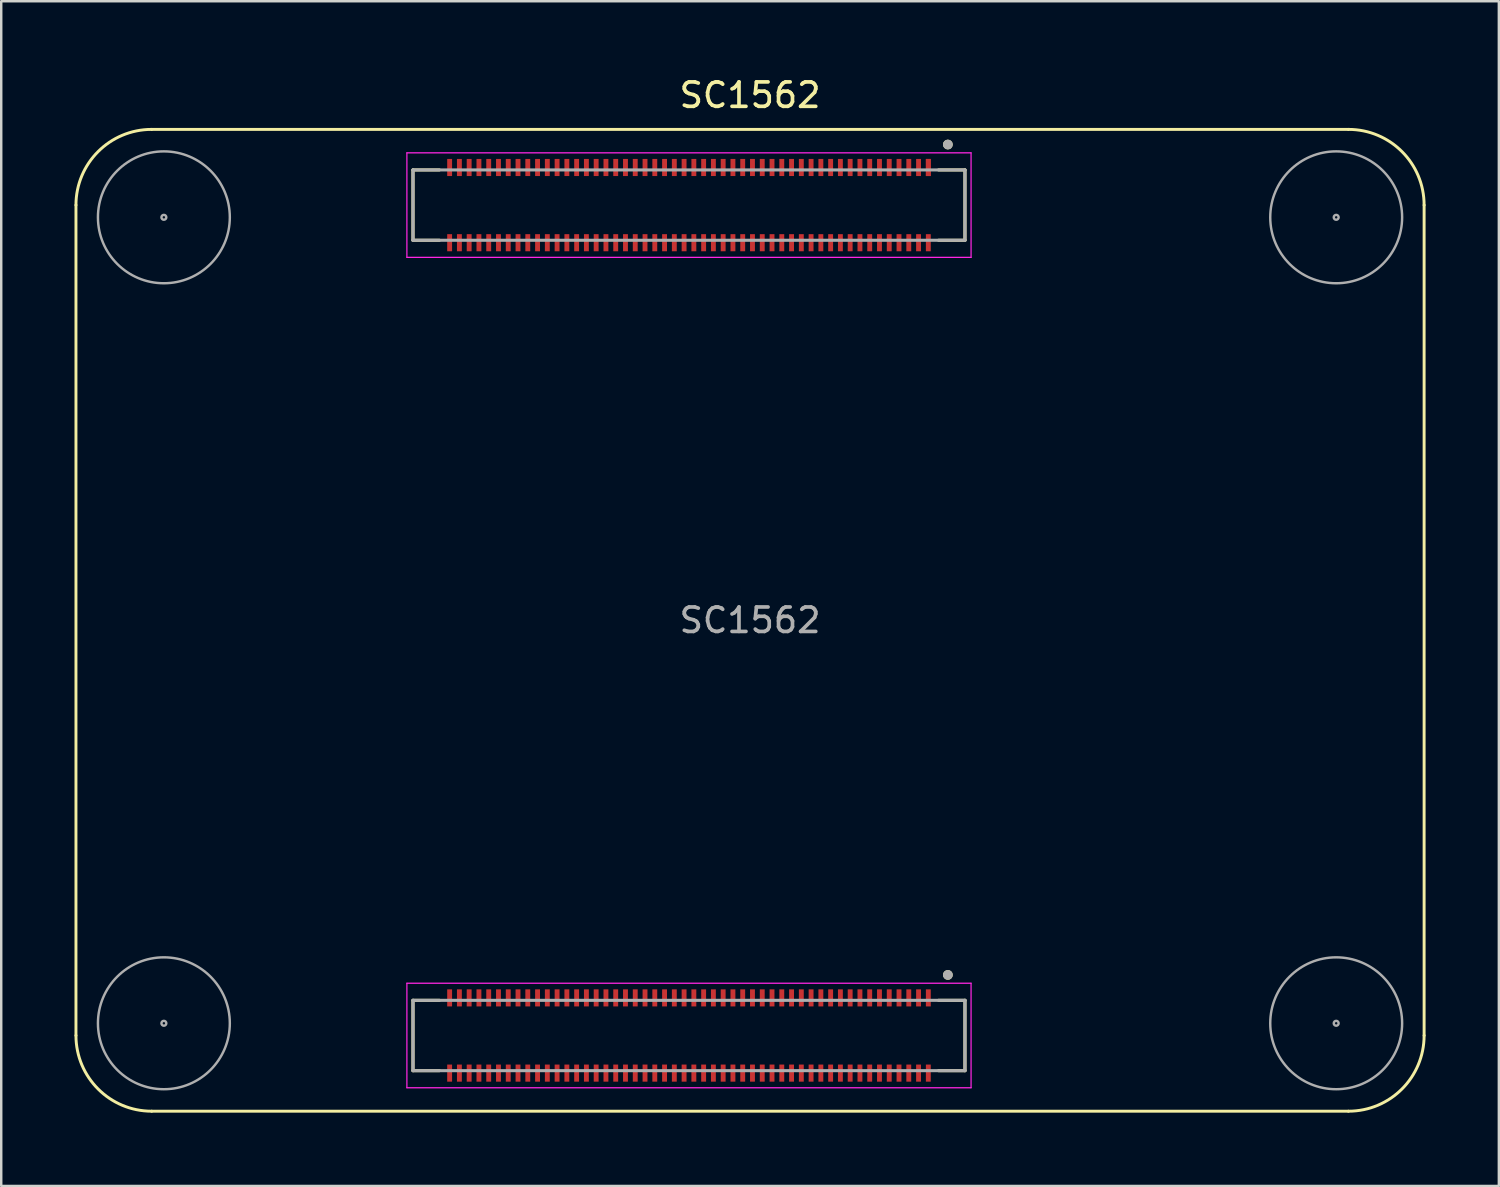
<source format=kicad_pcb>
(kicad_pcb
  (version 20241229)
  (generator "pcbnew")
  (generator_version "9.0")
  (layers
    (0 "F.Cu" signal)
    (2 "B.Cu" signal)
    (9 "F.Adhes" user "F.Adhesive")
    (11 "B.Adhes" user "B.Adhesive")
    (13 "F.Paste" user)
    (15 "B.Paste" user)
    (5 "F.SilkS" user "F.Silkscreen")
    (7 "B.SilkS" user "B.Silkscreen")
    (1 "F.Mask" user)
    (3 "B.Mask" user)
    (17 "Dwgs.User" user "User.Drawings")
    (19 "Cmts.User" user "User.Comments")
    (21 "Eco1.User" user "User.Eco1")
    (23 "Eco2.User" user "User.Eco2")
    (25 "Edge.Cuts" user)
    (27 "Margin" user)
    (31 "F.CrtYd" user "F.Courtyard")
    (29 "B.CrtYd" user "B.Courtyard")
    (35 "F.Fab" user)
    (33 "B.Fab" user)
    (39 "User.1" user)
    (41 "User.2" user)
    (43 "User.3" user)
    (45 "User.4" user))
  (footprint "SC1562"
    (layer "F.Cu")
    (at 27.66 22.348)
    (property "Reference" "SC1562" (at 0 -21.5 180) (layer "F.SilkS") (effects (font (size 1 1) (thickness 0.15))))
    (attr smd)
    (fp_line (start -27.6 17) (end -27.6 -17) (stroke (width 0.12) (type default)) (layer "F.SilkS"))
    (fp_line (start -24.5 -20.1) (end 24.5 -20.1) (stroke (width 0.12) (type default)) (layer "F.SilkS"))
    (fp_line (start -13.8 -18.44) (end -13.8 -15.56) (stroke (width 0.127) (type solid)) (layer "F.SilkS"))
    (fp_line (start -13.8 -15.56) (end -12.72 -15.56) (stroke (width 0.127) (type solid)) (layer "F.SilkS"))
    (fp_line (start -13.8 15.56) (end -13.8 18.44) (stroke (width 0.127) (type solid)) (layer "F.SilkS"))
    (fp_line (start -13.8 18.44) (end -12.72 18.44) (stroke (width 0.127) (type solid)) (layer "F.SilkS"))
    (fp_line (start -12.72 -18.44) (end -13.8 -18.44) (stroke (width 0.127) (type solid)) (layer "F.SilkS"))
    (fp_line (start -12.72 15.56) (end -13.8 15.56) (stroke (width 0.127) (type solid)) (layer "F.SilkS"))
    (fp_line (start 8.8 -18.44) (end 7.72 -18.44) (stroke (width 0.127) (type solid)) (layer "F.SilkS"))
    (fp_line (start 8.8 -18.44) (end 8.8 -15.56) (stroke (width 0.127) (type solid)) (layer "F.SilkS"))
    (fp_line (start 8.8 -15.56) (end 7.72 -15.56) (stroke (width 0.127) (type solid)) (layer "F.SilkS"))
    (fp_line (start 8.8 15.56) (end 7.72 15.56) (stroke (width 0.127) (type solid)) (layer "F.SilkS"))
    (fp_line (start 8.8 15.56) (end 8.8 18.44) (stroke (width 0.127) (type solid)) (layer "F.SilkS"))
    (fp_line (start 8.8 18.44) (end 7.72 18.44) (stroke (width 0.127) (type solid)) (layer "F.SilkS"))
    (fp_line (start 24.5 20.1) (end -24.5 20.1) (stroke (width 0.12) (type default)) (layer "F.SilkS"))
    (fp_line (start 27.6 -17) (end 27.6 17) (stroke (width 0.12) (type default)) (layer "F.SilkS"))
    (fp_arc (start -27.6 -17) (mid -26.692031 -19.192031) (end -24.5 -20.1) (stroke (width 0.12) (type default)) (layer "F.SilkS"))
    (fp_arc (start -24.5 20.1) (mid -26.692031 19.192031) (end -27.6 17) (stroke (width 0.12) (type default)) (layer "F.SilkS"))
    (fp_arc (start 24.5 -20.1) (mid 26.692031 -19.192031) (end 27.6 -17) (stroke (width 0.12) (type default)) (layer "F.SilkS"))
    (fp_arc (start 27.6 17) (mid 26.692031 19.192031) (end 24.5 20.1) (stroke (width 0.12) (type default)) (layer "F.SilkS"))
    (fp_circle (center 8.1 -19.48) (end 8.2 -19.48) (stroke (width 0.2) (type solid)) (fill no) (layer "F.SilkS"))
    (fp_circle (center 8.1 14.52) (end 8.2 14.52) (stroke (width 0.2) (type solid)) (fill no) (layer "F.SilkS"))
    (fp_line (start -14.05 -19.14) (end -14.05 -14.86) (stroke (width 0.05) (type solid)) (layer "F.CrtYd"))
    (fp_line (start -14.05 -14.86) (end 9.05 -14.86) (stroke (width 0.05) (type solid)) (layer "F.CrtYd"))
    (fp_line (start -14.05 14.86) (end -14.05 19.14) (stroke (width 0.05) (type solid)) (layer "F.CrtYd"))
    (fp_line (start -14.05 19.14) (end 9.05 19.14) (stroke (width 0.05) (type solid)) (layer "F.CrtYd"))
    (fp_line (start 9.05 -19.14) (end -14.05 -19.14) (stroke (width 0.05) (type solid)) (layer "F.CrtYd"))
    (fp_line (start 9.05 -14.86) (end 9.05 -19.14) (stroke (width 0.05) (type solid)) (layer "F.CrtYd"))
    (fp_line (start 9.05 14.86) (end -14.05 14.86) (stroke (width 0.05) (type solid)) (layer "F.CrtYd"))
    (fp_line (start 9.05 19.14) (end 9.05 14.86) (stroke (width 0.05) (type solid)) (layer "F.CrtYd"))
    (fp_line (start -13.8 -18.44) (end 8.8 -18.44) (stroke (width 0.127) (type solid)) (layer "F.Fab"))
    (fp_line (start -13.8 -15.56) (end -13.8 -18.44) (stroke (width 0.127) (type solid)) (layer "F.Fab"))
    (fp_line (start -13.8 15.56) (end 8.8 15.56) (stroke (width 0.127) (type solid)) (layer "F.Fab"))
    (fp_line (start -13.8 18.44) (end -13.8 15.56) (stroke (width 0.127) (type solid)) (layer "F.Fab"))
    (fp_line (start 8.8 -18.44) (end 8.8 -15.56) (stroke (width 0.127) (type solid)) (layer "F.Fab"))
    (fp_line (start 8.8 -15.56) (end -13.8 -15.56) (stroke (width 0.127) (type solid)) (layer "F.Fab"))
    (fp_line (start 8.8 15.56) (end 8.8 18.44) (stroke (width 0.127) (type solid)) (layer "F.Fab"))
    (fp_line (start 8.8 18.44) (end -13.8 18.44) (stroke (width 0.127) (type solid)) (layer "F.Fab"))
    (fp_circle (center -24 -16.5) (end -23.9 -16.5) (stroke (width 0.1) (type solid)) (fill no) (layer "F.Fab"))
    (fp_circle (center -24 -16.5) (end -21.3 -16.5) (stroke (width 0.1) (type solid)) (fill no) (layer "F.Fab"))
    (fp_circle (center -24 16.5) (end -23.9 16.5) (stroke (width 0.1) (type solid)) (fill no) (layer "F.Fab"))
    (fp_circle (center -24 16.5) (end -21.3 16.5) (stroke (width 0.1) (type solid)) (fill no) (layer "F.Fab"))
    (fp_circle (center 8.1 -19.48) (end 8.2 -19.48) (stroke (width 0.2) (type solid)) (fill no) (layer "F.Fab"))
    (fp_circle (center 8.1 14.52) (end 8.2 14.52) (stroke (width 0.2) (type solid)) (fill no) (layer "F.Fab"))
    (fp_circle (center 24 -16.5) (end 24.1 -16.5) (stroke (width 0.1) (type solid)) (fill no) (layer "F.Fab"))
    (fp_circle (center 24 -16.5) (end 26.7 -16.5) (stroke (width 0.1) (type solid)) (fill no) (layer "F.Fab"))
    (fp_circle (center 24 16.5) (end 24.1 16.5) (stroke (width 0.1) (type solid)) (fill no) (layer "F.Fab"))
    (fp_circle (center 24 16.5) (end 26.7 16.5) (stroke (width 0.1) (type solid)) (fill no) (layer "F.Fab"))
    (fp_text user "${REFERENCE}" (at 0 0 0) (layer "F.Fab") (effects (font (size 1 1) (thickness 0.15))))
    (pad "1" smd rect (at 7.3 -18.54 180) (size 0.2 0.7) (layers "F.Cu" "F.Mask" "F.Paste"))
    (pad "1" smd rect (at 7.3 -18.54) (size 0.2 0.7) (layers "F.Cu" "F.Mask" "F.Paste"))
    (pad "2" smd rect (at 7.3 -15.46 180) (size 0.2 0.7) (layers "F.Cu" "F.Mask" "F.Paste"))
    (pad "3" smd rect (at 6.9 -18.54 180) (size 0.2 0.7) (layers "F.Cu" "F.Mask" "F.Paste"))
    (pad "4" smd rect (at 6.9 -15.46 180) (size 0.2 0.7) (layers "F.Cu" "F.Mask" "F.Paste"))
    (pad "5" smd rect (at 6.5 -18.54 180) (size 0.2 0.7) (layers "F.Cu" "F.Mask" "F.Paste"))
    (pad "6" smd rect (at 6.5 -15.46 180) (size 0.2 0.7) (layers "F.Cu" "F.Mask" "F.Paste"))
    (pad "7" smd rect (at 6.1 -18.54 180) (size 0.2 0.7) (layers "F.Cu" "F.Mask" "F.Paste"))
    (pad "8" smd rect (at 6.1 -15.46 180) (size 0.2 0.7) (layers "F.Cu" "F.Mask" "F.Paste"))
    (pad "9" smd rect (at 5.7 -18.54 180) (size 0.2 0.7) (layers "F.Cu" "F.Mask" "F.Paste"))
    (pad "10" smd rect (at 5.7 -15.46 180) (size 0.2 0.7) (layers "F.Cu" "F.Mask" "F.Paste"))
    (pad "11" smd rect (at 5.3 -18.54 180) (size 0.2 0.7) (layers "F.Cu" "F.Mask" "F.Paste"))
    (pad "12" smd rect (at 5.3 -15.46 180) (size 0.2 0.7) (layers "F.Cu" "F.Mask" "F.Paste"))
    (pad "13" smd rect (at 4.9 -18.54 180) (size 0.2 0.7) (layers "F.Cu" "F.Mask" "F.Paste"))
    (pad "14" smd rect (at 4.9 -15.46 180) (size 0.2 0.7) (layers "F.Cu" "F.Mask" "F.Paste"))
    (pad "15" smd rect (at 4.5 -18.54 180) (size 0.2 0.7) (layers "F.Cu" "F.Mask" "F.Paste"))
    (pad "16" smd rect (at 4.5 -15.46 180) (size 0.2 0.7) (layers "F.Cu" "F.Mask" "F.Paste"))
    (pad "17" smd rect (at 4.1 -18.54 180) (size 0.2 0.7) (layers "F.Cu" "F.Mask" "F.Paste"))
    (pad "18" smd rect (at 4.1 -15.46 180) (size 0.2 0.7) (layers "F.Cu" "F.Mask" "F.Paste"))
    (pad "19" smd rect (at 3.7 -18.54 180) (size 0.2 0.7) (layers "F.Cu" "F.Mask" "F.Paste"))
    (pad "20" smd rect (at 3.7 -15.46 180) (size 0.2 0.7) (layers "F.Cu" "F.Mask" "F.Paste"))
    (pad "21" smd rect (at 3.3 -18.54 180) (size 0.2 0.7) (layers "F.Cu" "F.Mask" "F.Paste"))
    (pad "22" smd rect (at 3.3 -15.46 180) (size 0.2 0.7) (layers "F.Cu" "F.Mask" "F.Paste"))
    (pad "23" smd rect (at 2.9 -18.54 180) (size 0.2 0.7) (layers "F.Cu" "F.Mask" "F.Paste"))
    (pad "24" smd rect (at 2.9 -15.46 180) (size 0.2 0.7) (layers "F.Cu" "F.Mask" "F.Paste"))
    (pad "25" smd rect (at 2.5 -18.54 180) (size 0.2 0.7) (layers "F.Cu" "F.Mask" "F.Paste"))
    (pad "26" smd rect (at 2.5 -15.46 180) (size 0.2 0.7) (layers "F.Cu" "F.Mask" "F.Paste"))
    (pad "27" smd rect (at 2.1 -18.54 180) (size 0.2 0.7) (layers "F.Cu" "F.Mask" "F.Paste"))
    (pad "28" smd rect (at 2.1 -15.46 180) (size 0.2 0.7) (layers "F.Cu" "F.Mask" "F.Paste"))
    (pad "29" smd rect (at 1.7 -18.54 180) (size 0.2 0.7) (layers "F.Cu" "F.Mask" "F.Paste"))
    (pad "30" smd rect (at 1.7 -15.46 180) (size 0.2 0.7) (layers "F.Cu" "F.Mask" "F.Paste"))
    (pad "31" smd rect (at 1.3 -18.54 180) (size 0.2 0.7) (layers "F.Cu" "F.Mask" "F.Paste"))
    (pad "32" smd rect (at 1.3 -15.46 180) (size 0.2 0.7) (layers "F.Cu" "F.Mask" "F.Paste"))
    (pad "33" smd rect (at 0.9 -18.54 180) (size 0.2 0.7) (layers "F.Cu" "F.Mask" "F.Paste"))
    (pad "34" smd rect (at 0.9 -15.46 180) (size 0.2 0.7) (layers "F.Cu" "F.Mask" "F.Paste"))
    (pad "35" smd rect (at 0.5 -18.54 180) (size 0.2 0.7) (layers "F.Cu" "F.Mask" "F.Paste"))
    (pad "36" smd rect (at 0.5 -15.46 180) (size 0.2 0.7) (layers "F.Cu" "F.Mask" "F.Paste"))
    (pad "37" smd rect (at 0.1 -18.54 180) (size 0.2 0.7) (layers "F.Cu" "F.Mask" "F.Paste"))
    (pad "38" smd rect (at 0.1 -15.46 180) (size 0.2 0.7) (layers "F.Cu" "F.Mask" "F.Paste"))
    (pad "39" smd rect (at -0.3 -18.54 180) (size 0.2 0.7) (layers "F.Cu" "F.Mask" "F.Paste"))
    (pad "40" smd rect (at -0.3 -15.46 180) (size 0.2 0.7) (layers "F.Cu" "F.Mask" "F.Paste"))
    (pad "41" smd rect (at -0.7 -18.54 180) (size 0.2 0.7) (layers "F.Cu" "F.Mask" "F.Paste"))
    (pad "42" smd rect (at -0.7 -15.46 180) (size 0.2 0.7) (layers "F.Cu" "F.Mask" "F.Paste"))
    (pad "43" smd rect (at -1.1 -18.54 180) (size 0.2 0.7) (layers "F.Cu" "F.Mask" "F.Paste"))
    (pad "44" smd rect (at -1.1 -15.46 180) (size 0.2 0.7) (layers "F.Cu" "F.Mask" "F.Paste"))
    (pad "45" smd rect (at -1.5 -18.54 180) (size 0.2 0.7) (layers "F.Cu" "F.Mask" "F.Paste"))
    (pad "46" smd rect (at -1.5 -15.46 180) (size 0.2 0.7) (layers "F.Cu" "F.Mask" "F.Paste"))
    (pad "47" smd rect (at -1.9 -18.54 180) (size 0.2 0.7) (layers "F.Cu" "F.Mask" "F.Paste"))
    (pad "48" smd rect (at -1.9 -15.46 180) (size 0.2 0.7) (layers "F.Cu" "F.Mask" "F.Paste"))
    (pad "49" smd rect (at -2.3 -18.54 180) (size 0.2 0.7) (layers "F.Cu" "F.Mask" "F.Paste"))
    (pad "50" smd rect (at -2.3 -15.46 180) (size 0.2 0.7) (layers "F.Cu" "F.Mask" "F.Paste"))
    (pad "51" smd rect (at -2.7 -18.54 180) (size 0.2 0.7) (layers "F.Cu" "F.Mask" "F.Paste"))
    (pad "52" smd rect (at -2.7 -15.46 180) (size 0.2 0.7) (layers "F.Cu" "F.Mask" "F.Paste"))
    (pad "53" smd rect (at -3.1 -18.54 180) (size 0.2 0.7) (layers "F.Cu" "F.Mask" "F.Paste"))
    (pad "54" smd rect (at -3.1 -15.46 180) (size 0.2 0.7) (layers "F.Cu" "F.Mask" "F.Paste"))
    (pad "55" smd rect (at -3.5 -18.54 180) (size 0.2 0.7) (layers "F.Cu" "F.Mask" "F.Paste"))
    (pad "56" smd rect (at -3.5 -15.46 180) (size 0.2 0.7) (layers "F.Cu" "F.Mask" "F.Paste"))
    (pad "57" smd rect (at -3.9 -18.54 180) (size 0.2 0.7) (layers "F.Cu" "F.Mask" "F.Paste"))
    (pad "58" smd rect (at -3.9 -15.46 180) (size 0.2 0.7) (layers "F.Cu" "F.Mask" "F.Paste"))
    (pad "59" smd rect (at -4.3 -18.54 180) (size 0.2 0.7) (layers "F.Cu" "F.Mask" "F.Paste"))
    (pad "60" smd rect (at -4.3 -15.46 180) (size 0.2 0.7) (layers "F.Cu" "F.Mask" "F.Paste"))
    (pad "61" smd rect (at -4.7 -18.54 180) (size 0.2 0.7) (layers "F.Cu" "F.Mask" "F.Paste"))
    (pad "62" smd rect (at -4.7 -15.46 180) (size 0.2 0.7) (layers "F.Cu" "F.Mask" "F.Paste"))
    (pad "63" smd rect (at -5.1 -18.54 180) (size 0.2 0.7) (layers "F.Cu" "F.Mask" "F.Paste"))
    (pad "64" smd rect (at -5.1 -15.46 180) (size 0.2 0.7) (layers "F.Cu" "F.Mask" "F.Paste"))
    (pad "65" smd rect (at -5.5 -18.54 180) (size 0.2 0.7) (layers "F.Cu" "F.Mask" "F.Paste"))
    (pad "66" smd rect (at -5.5 -15.46 180) (size 0.2 0.7) (layers "F.Cu" "F.Mask" "F.Paste"))
    (pad "67" smd rect (at -5.9 -18.54 180) (size 0.2 0.7) (layers "F.Cu" "F.Mask" "F.Paste"))
    (pad "68" smd rect (at -5.9 -15.46 180) (size 0.2 0.7) (layers "F.Cu" "F.Mask" "F.Paste"))
    (pad "69" smd rect (at -6.3 -18.54 180) (size 0.2 0.7) (layers "F.Cu" "F.Mask" "F.Paste"))
    (pad "70" smd rect (at -6.3 -15.46 180) (size 0.2 0.7) (layers "F.Cu" "F.Mask" "F.Paste"))
    (pad "71" smd rect (at -6.7 -18.54 180) (size 0.2 0.7) (layers "F.Cu" "F.Mask" "F.Paste"))
    (pad "72" smd rect (at -6.7 -15.46 180) (size 0.2 0.7) (layers "F.Cu" "F.Mask" "F.Paste"))
    (pad "73" smd rect (at -7.1 -18.54 180) (size 0.2 0.7) (layers "F.Cu" "F.Mask" "F.Paste"))
    (pad "74" smd rect (at -7.1 -15.46 180) (size 0.2 0.7) (layers "F.Cu" "F.Mask" "F.Paste"))
    (pad "75" smd rect (at -7.5 -18.54 180) (size 0.2 0.7) (layers "F.Cu" "F.Mask" "F.Paste"))
    (pad "76" smd rect (at -7.5 -15.46 180) (size 0.2 0.7) (layers "F.Cu" "F.Mask" "F.Paste"))
    (pad "77" smd rect (at -7.9 -18.54 180) (size 0.2 0.7) (layers "F.Cu" "F.Mask" "F.Paste"))
    (pad "78" smd rect (at -7.9 -15.46 180) (size 0.2 0.7) (layers "F.Cu" "F.Mask" "F.Paste"))
    (pad "79" smd rect (at -8.3 -18.54 180) (size 0.2 0.7) (layers "F.Cu" "F.Mask" "F.Paste"))
    (pad "80" smd rect (at -8.3 -15.46 180) (size 0.2 0.7) (layers "F.Cu" "F.Mask" "F.Paste"))
    (pad "81" smd rect (at -8.7 -18.54 180) (size 0.2 0.7) (layers "F.Cu" "F.Mask" "F.Paste"))
    (pad "82" smd rect (at -8.7 -15.46 180) (size 0.2 0.7) (layers "F.Cu" "F.Mask" "F.Paste"))
    (pad "83" smd rect (at -9.1 -18.54 180) (size 0.2 0.7) (layers "F.Cu" "F.Mask" "F.Paste"))
    (pad "84" smd rect (at -9.1 -15.46 180) (size 0.2 0.7) (layers "F.Cu" "F.Mask" "F.Paste"))
    (pad "85" smd rect (at -9.5 -18.54 180) (size 0.2 0.7) (layers "F.Cu" "F.Mask" "F.Paste"))
    (pad "86" smd rect (at -9.5 -15.46 180) (size 0.2 0.7) (layers "F.Cu" "F.Mask" "F.Paste"))
    (pad "87" smd rect (at -9.9 -18.54 180) (size 0.2 0.7) (layers "F.Cu" "F.Mask" "F.Paste"))
    (pad "88" smd rect (at -9.9 -15.46 180) (size 0.2 0.7) (layers "F.Cu" "F.Mask" "F.Paste"))
    (pad "89" smd rect (at -10.3 -18.54 180) (size 0.2 0.7) (layers "F.Cu" "F.Mask" "F.Paste"))
    (pad "90" smd rect (at -10.3 -15.46 180) (size 0.2 0.7) (layers "F.Cu" "F.Mask" "F.Paste"))
    (pad "91" smd rect (at -10.7 -18.54 180) (size 0.2 0.7) (layers "F.Cu" "F.Mask" "F.Paste"))
    (pad "92" smd rect (at -10.7 -15.46 180) (size 0.2 0.7) (layers "F.Cu" "F.Mask" "F.Paste"))
    (pad "93" smd rect (at -11.1 -18.54 180) (size 0.2 0.7) (layers "F.Cu" "F.Mask" "F.Paste"))
    (pad "94" smd rect (at -11.1 -15.46 180) (size 0.2 0.7) (layers "F.Cu" "F.Mask" "F.Paste"))
    (pad "95" smd rect (at -11.5 -18.54 180) (size 0.2 0.7) (layers "F.Cu" "F.Mask" "F.Paste"))
    (pad "96" smd rect (at -11.5 -15.46 180) (size 0.2 0.7) (layers "F.Cu" "F.Mask" "F.Paste"))
    (pad "97" smd rect (at -11.9 -18.54 180) (size 0.2 0.7) (layers "F.Cu" "F.Mask" "F.Paste"))
    (pad "98" smd rect (at -11.9 -15.46 180) (size 0.2 0.7) (layers "F.Cu" "F.Mask" "F.Paste"))
    (pad "99" smd rect (at -12.3 -18.54 180) (size 0.2 0.7) (layers "F.Cu" "F.Mask" "F.Paste"))
    (pad "100" smd rect (at -12.3 -15.46 180) (size 0.2 0.7) (layers "F.Cu" "F.Mask" "F.Paste"))
    (pad "101" smd rect (at 7.3 15.46 180) (size 0.2 0.7) (layers "F.Cu" "F.Mask" "F.Paste"))
    (pad "102" smd rect (at 7.3 18.54 180) (size 0.2 0.7) (layers "F.Cu" "F.Mask" "F.Paste"))
    (pad "103" smd rect (at 6.9 15.46 180) (size 0.2 0.7) (layers "F.Cu" "F.Mask" "F.Paste"))
    (pad "104" smd rect (at 6.9 18.54 180) (size 0.2 0.7) (layers "F.Cu" "F.Mask" "F.Paste"))
    (pad "105" smd rect (at 6.5 15.46 180) (size 0.2 0.7) (layers "F.Cu" "F.Mask" "F.Paste"))
    (pad "106" smd rect (at 6.5 18.54 180) (size 0.2 0.7) (layers "F.Cu" "F.Mask" "F.Paste"))
    (pad "107" smd rect (at 6.1 15.46 180) (size 0.2 0.7) (layers "F.Cu" "F.Mask" "F.Paste"))
    (pad "108" smd rect (at 6.1 18.54 180) (size 0.2 0.7) (layers "F.Cu" "F.Mask" "F.Paste"))
    (pad "109" smd rect (at 5.7 15.46 180) (size 0.2 0.7) (layers "F.Cu" "F.Mask" "F.Paste"))
    (pad "110" smd rect (at 5.7 18.54 180) (size 0.2 0.7) (layers "F.Cu" "F.Mask" "F.Paste"))
    (pad "111" smd rect (at 5.3 15.46 180) (size 0.2 0.7) (layers "F.Cu" "F.Mask" "F.Paste"))
    (pad "112" smd rect (at 5.3 18.54 180) (size 0.2 0.7) (layers "F.Cu" "F.Mask" "F.Paste"))
    (pad "113" smd rect (at 4.9 15.46 180) (size 0.2 0.7) (layers "F.Cu" "F.Mask" "F.Paste"))
    (pad "114" smd rect (at 4.9 18.54 180) (size 0.2 0.7) (layers "F.Cu" "F.Mask" "F.Paste"))
    (pad "115" smd rect (at 4.5 15.46 180) (size 0.2 0.7) (layers "F.Cu" "F.Mask" "F.Paste"))
    (pad "116" smd rect (at 4.5 18.54 180) (size 0.2 0.7) (layers "F.Cu" "F.Mask" "F.Paste"))
    (pad "117" smd rect (at 4.1 15.46 180) (size 0.2 0.7) (layers "F.Cu" "F.Mask" "F.Paste"))
    (pad "118" smd rect (at 4.1 18.54 180) (size 0.2 0.7) (layers "F.Cu" "F.Mask" "F.Paste"))
    (pad "119" smd rect (at 3.7 15.46 180) (size 0.2 0.7) (layers "F.Cu" "F.Mask" "F.Paste"))
    (pad "120" smd rect (at 3.7 18.54 180) (size 0.2 0.7) (layers "F.Cu" "F.Mask" "F.Paste"))
    (pad "121" smd rect (at 3.3 15.46 180) (size 0.2 0.7) (layers "F.Cu" "F.Mask" "F.Paste"))
    (pad "122" smd rect (at 3.3 18.54 180) (size 0.2 0.7) (layers "F.Cu" "F.Mask" "F.Paste"))
    (pad "123" smd rect (at 2.9 15.46 180) (size 0.2 0.7) (layers "F.Cu" "F.Mask" "F.Paste"))
    (pad "124" smd rect (at 2.9 18.54 180) (size 0.2 0.7) (layers "F.Cu" "F.Mask" "F.Paste"))
    (pad "125" smd rect (at 2.5 15.46 180) (size 0.2 0.7) (layers "F.Cu" "F.Mask" "F.Paste"))
    (pad "126" smd rect (at 2.5 18.54 180) (size 0.2 0.7) (layers "F.Cu" "F.Mask" "F.Paste"))
    (pad "127" smd rect (at 2.1 15.46 180) (size 0.2 0.7) (layers "F.Cu" "F.Mask" "F.Paste"))
    (pad "128" smd rect (at 2.1 18.54 180) (size 0.2 0.7) (layers "F.Cu" "F.Mask" "F.Paste"))
    (pad "129" smd rect (at 1.7 15.46 180) (size 0.2 0.7) (layers "F.Cu" "F.Mask" "F.Paste"))
    (pad "130" smd rect (at 1.7 18.54 180) (size 0.2 0.7) (layers "F.Cu" "F.Mask" "F.Paste"))
    (pad "131" smd rect (at 1.3 15.46 180) (size 0.2 0.7) (layers "F.Cu" "F.Mask" "F.Paste"))
    (pad "132" smd rect (at 1.3 18.54 180) (size 0.2 0.7) (layers "F.Cu" "F.Mask" "F.Paste"))
    (pad "133" smd rect (at 0.9 15.46 180) (size 0.2 0.7) (layers "F.Cu" "F.Mask" "F.Paste"))
    (pad "134" smd rect (at 0.9 18.54 180) (size 0.2 0.7) (layers "F.Cu" "F.Mask" "F.Paste"))
    (pad "135" smd rect (at 0.5 15.46 180) (size 0.2 0.7) (layers "F.Cu" "F.Mask" "F.Paste"))
    (pad "136" smd rect (at 0.5 18.54 180) (size 0.2 0.7) (layers "F.Cu" "F.Mask" "F.Paste"))
    (pad "137" smd rect (at 0.1 15.46 180) (size 0.2 0.7) (layers "F.Cu" "F.Mask" "F.Paste"))
    (pad "138" smd rect (at 0.1 18.54 180) (size 0.2 0.7) (layers "F.Cu" "F.Mask" "F.Paste"))
    (pad "139" smd rect (at -0.3 15.46 180) (size 0.2 0.7) (layers "F.Cu" "F.Mask" "F.Paste"))
    (pad "140" smd rect (at -0.3 18.54 180) (size 0.2 0.7) (layers "F.Cu" "F.Mask" "F.Paste"))
    (pad "141" smd rect (at -0.7 15.46 180) (size 0.2 0.7) (layers "F.Cu" "F.Mask" "F.Paste"))
    (pad "142" smd rect (at -0.7 18.54 180) (size 0.2 0.7) (layers "F.Cu" "F.Mask" "F.Paste"))
    (pad "143" smd rect (at -1.1 15.46 180) (size 0.2 0.7) (layers "F.Cu" "F.Mask" "F.Paste"))
    (pad "144" smd rect (at -1.1 18.54 180) (size 0.2 0.7) (layers "F.Cu" "F.Mask" "F.Paste"))
    (pad "145" smd rect (at -1.5 15.46 180) (size 0.2 0.7) (layers "F.Cu" "F.Mask" "F.Paste"))
    (pad "146" smd rect (at -1.5 18.54 180) (size 0.2 0.7) (layers "F.Cu" "F.Mask" "F.Paste"))
    (pad "147" smd rect (at -1.9 15.46 180) (size 0.2 0.7) (layers "F.Cu" "F.Mask" "F.Paste"))
    (pad "148" smd rect (at -1.9 18.54 180) (size 0.2 0.7) (layers "F.Cu" "F.Mask" "F.Paste"))
    (pad "149" smd rect (at -2.3 15.46 180) (size 0.2 0.7) (layers "F.Cu" "F.Mask" "F.Paste"))
    (pad "150" smd rect (at -2.3 18.54 180) (size 0.2 0.7) (layers "F.Cu" "F.Mask" "F.Paste"))
    (pad "151" smd rect (at -2.7 15.46 180) (size 0.2 0.7) (layers "F.Cu" "F.Mask" "F.Paste"))
    (pad "152" smd rect (at -2.7 18.54 180) (size 0.2 0.7) (layers "F.Cu" "F.Mask" "F.Paste"))
    (pad "153" smd rect (at -3.1 15.46 180) (size 0.2 0.7) (layers "F.Cu" "F.Mask" "F.Paste"))
    (pad "154" smd rect (at -3.1 18.54 180) (size 0.2 0.7) (layers "F.Cu" "F.Mask" "F.Paste"))
    (pad "155" smd rect (at -3.5 15.46 180) (size 0.2 0.7) (layers "F.Cu" "F.Mask" "F.Paste"))
    (pad "156" smd rect (at -3.5 18.54 180) (size 0.2 0.7) (layers "F.Cu" "F.Mask" "F.Paste"))
    (pad "157" smd rect (at -3.9 15.46 180) (size 0.2 0.7) (layers "F.Cu" "F.Mask" "F.Paste"))
    (pad "158" smd rect (at -3.9 18.54 180) (size 0.2 0.7) (layers "F.Cu" "F.Mask" "F.Paste"))
    (pad "159" smd rect (at -4.3 15.46 180) (size 0.2 0.7) (layers "F.Cu" "F.Mask" "F.Paste"))
    (pad "160" smd rect (at -4.3 18.54 180) (size 0.2 0.7) (layers "F.Cu" "F.Mask" "F.Paste"))
    (pad "161" smd rect (at -4.7 15.46 180) (size 0.2 0.7) (layers "F.Cu" "F.Mask" "F.Paste"))
    (pad "162" smd rect (at -4.7 18.54 180) (size 0.2 0.7) (layers "F.Cu" "F.Mask" "F.Paste"))
    (pad "163" smd rect (at -5.1 15.46 180) (size 0.2 0.7) (layers "F.Cu" "F.Mask" "F.Paste"))
    (pad "164" smd rect (at -5.1 18.54 180) (size 0.2 0.7) (layers "F.Cu" "F.Mask" "F.Paste"))
    (pad "165" smd rect (at -5.5 15.46 180) (size 0.2 0.7) (layers "F.Cu" "F.Mask" "F.Paste"))
    (pad "166" smd rect (at -5.5 18.54 180) (size 0.2 0.7) (layers "F.Cu" "F.Mask" "F.Paste"))
    (pad "167" smd rect (at -5.9 15.46 180) (size 0.2 0.7) (layers "F.Cu" "F.Mask" "F.Paste"))
    (pad "168" smd rect (at -5.9 18.54 180) (size 0.2 0.7) (layers "F.Cu" "F.Mask" "F.Paste"))
    (pad "169" smd rect (at -6.3 15.46 180) (size 0.2 0.7) (layers "F.Cu" "F.Mask" "F.Paste"))
    (pad "170" smd rect (at -6.3 18.54 180) (size 0.2 0.7) (layers "F.Cu" "F.Mask" "F.Paste"))
    (pad "171" smd rect (at -6.7 15.46 180) (size 0.2 0.7) (layers "F.Cu" "F.Mask" "F.Paste"))
    (pad "172" smd rect (at -6.7 18.54 180) (size 0.2 0.7) (layers "F.Cu" "F.Mask" "F.Paste"))
    (pad "173" smd rect (at -7.1 15.46 180) (size 0.2 0.7) (layers "F.Cu" "F.Mask" "F.Paste"))
    (pad "174" smd rect (at -7.1 18.54 180) (size 0.2 0.7) (layers "F.Cu" "F.Mask" "F.Paste"))
    (pad "175" smd rect (at -7.5 15.46 180) (size 0.2 0.7) (layers "F.Cu" "F.Mask" "F.Paste"))
    (pad "176" smd rect (at -7.5 18.54 180) (size 0.2 0.7) (layers "F.Cu" "F.Mask" "F.Paste"))
    (pad "177" smd rect (at -7.9 15.46 180) (size 0.2 0.7) (layers "F.Cu" "F.Mask" "F.Paste"))
    (pad "178" smd rect (at -7.9 18.54 180) (size 0.2 0.7) (layers "F.Cu" "F.Mask" "F.Paste"))
    (pad "179" smd rect (at -8.3 15.46 180) (size 0.2 0.7) (layers "F.Cu" "F.Mask" "F.Paste"))
    (pad "180" smd rect (at -8.3 18.54 180) (size 0.2 0.7) (layers "F.Cu" "F.Mask" "F.Paste"))
    (pad "181" smd rect (at -8.7 15.46 180) (size 0.2 0.7) (layers "F.Cu" "F.Mask" "F.Paste"))
    (pad "182" smd rect (at -8.7 18.54 180) (size 0.2 0.7) (layers "F.Cu" "F.Mask" "F.Paste"))
    (pad "183" smd rect (at -9.1 15.46 180) (size 0.2 0.7) (layers "F.Cu" "F.Mask" "F.Paste"))
    (pad "184" smd rect (at -9.1 18.54 180) (size 0.2 0.7) (layers "F.Cu" "F.Mask" "F.Paste"))
    (pad "185" smd rect (at -9.5 15.46 180) (size 0.2 0.7) (layers "F.Cu" "F.Mask" "F.Paste"))
    (pad "186" smd rect (at -9.5 18.54 180) (size 0.2 0.7) (layers "F.Cu" "F.Mask" "F.Paste"))
    (pad "187" smd rect (at -9.9 15.46 180) (size 0.2 0.7) (layers "F.Cu" "F.Mask" "F.Paste"))
    (pad "188" smd rect (at -9.9 18.54 180) (size 0.2 0.7) (layers "F.Cu" "F.Mask" "F.Paste"))
    (pad "189" smd rect (at -10.3 15.46 180) (size 0.2 0.7) (layers "F.Cu" "F.Mask" "F.Paste"))
    (pad "190" smd rect (at -10.3 18.54 180) (size 0.2 0.7) (layers "F.Cu" "F.Mask" "F.Paste"))
    (pad "191" smd rect (at -10.7 15.46 180) (size 0.2 0.7) (layers "F.Cu" "F.Mask" "F.Paste"))
    (pad "192" smd rect (at -10.7 18.54 180) (size 0.2 0.7) (layers "F.Cu" "F.Mask" "F.Paste"))
    (pad "193" smd rect (at -11.1 15.46 180) (size 0.2 0.7) (layers "F.Cu" "F.Mask" "F.Paste"))
    (pad "194" smd rect (at -11.1 18.54 180) (size 0.2 0.7) (layers "F.Cu" "F.Mask" "F.Paste"))
    (pad "195" smd rect (at -11.5 15.46 180) (size 0.2 0.7) (layers "F.Cu" "F.Mask" "F.Paste"))
    (pad "196" smd rect (at -11.5 18.54 180) (size 0.2 0.7) (layers "F.Cu" "F.Mask" "F.Paste"))
    (pad "197" smd rect (at -11.9 15.46 180) (size 0.2 0.7) (layers "F.Cu" "F.Mask" "F.Paste"))
    (pad "198" smd rect (at -11.9 18.54 180) (size 0.2 0.7) (layers "F.Cu" "F.Mask" "F.Paste"))
    (pad "199" smd rect (at -12.3 15.46 180) (size 0.2 0.7) (layers "F.Cu" "F.Mask" "F.Paste"))
    (pad "200" smd rect (at -12.3 18.54 180) (size 0.2 0.7) (layers "F.Cu" "F.Mask" "F.Paste")))
  (gr_rect
    (start -3 -3)
    (end 58.32 45.508)
    (stroke (width 0.1) (type default))
    (fill no)
    (layer "Edge.Cuts")))
</source>
